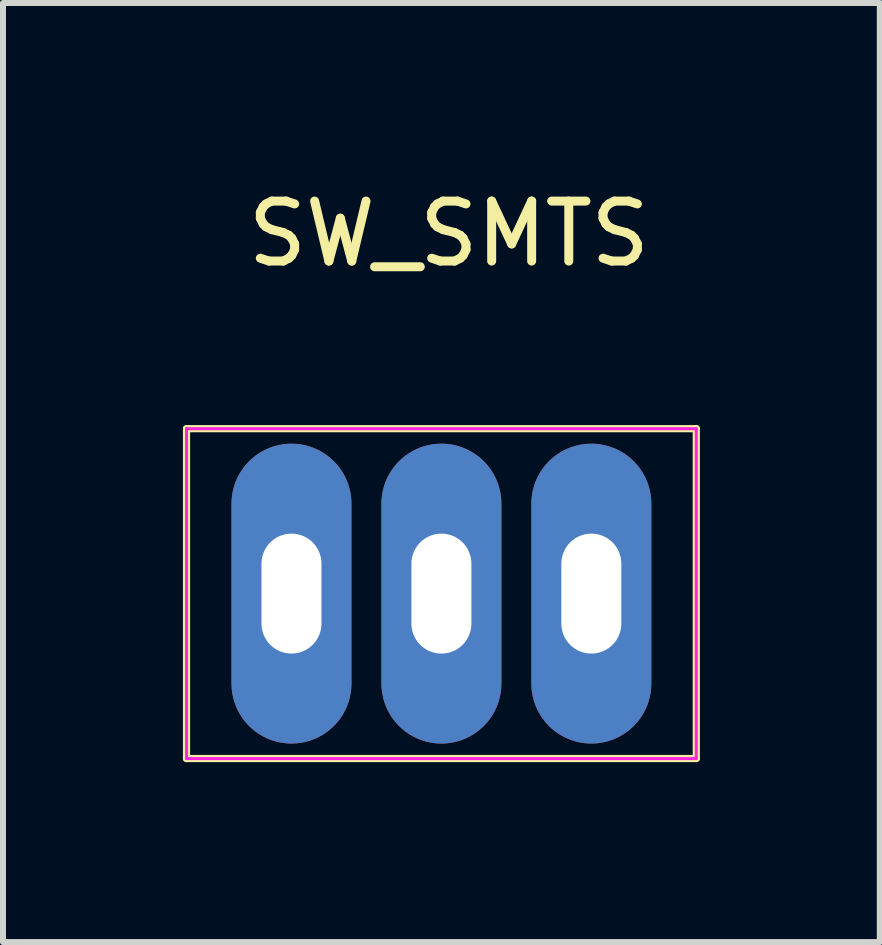
<source format=kicad_pcb>
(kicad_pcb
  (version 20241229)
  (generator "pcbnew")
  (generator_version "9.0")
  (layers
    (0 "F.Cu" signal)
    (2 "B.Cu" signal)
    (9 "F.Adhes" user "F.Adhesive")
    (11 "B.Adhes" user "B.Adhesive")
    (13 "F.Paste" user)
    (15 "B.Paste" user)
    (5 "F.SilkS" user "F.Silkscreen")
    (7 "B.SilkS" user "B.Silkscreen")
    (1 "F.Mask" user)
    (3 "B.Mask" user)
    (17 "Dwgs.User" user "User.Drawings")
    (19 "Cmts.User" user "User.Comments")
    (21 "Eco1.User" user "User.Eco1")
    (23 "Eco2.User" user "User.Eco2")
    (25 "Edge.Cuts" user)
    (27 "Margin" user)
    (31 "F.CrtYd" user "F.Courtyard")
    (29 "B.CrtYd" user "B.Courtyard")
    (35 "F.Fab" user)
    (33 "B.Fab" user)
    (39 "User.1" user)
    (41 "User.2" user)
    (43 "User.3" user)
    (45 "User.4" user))
  (footprint "SW_SMTS"
    (layer "F.Cu")
    (at 4.31 6.848)
    (property "Reference" "SW_SMTS" (at 0.124 -6 0) (layer "F.SilkS") (effects (font (size 1 1) (thickness 0.15))))
    (attr through_hole)
    (fp_line (start -4.25 -2.75) (end 4.25 -2.75) (stroke (width 0.12) (type solid)) (layer "F.SilkS"))
    (fp_line (start -4.25 2.75) (end -4.25 -2.75) (stroke (width 0.12) (type solid)) (layer "F.SilkS"))
    (fp_line (start 4.25 -2.75) (end 4.25 2.75) (stroke (width 0.12) (type solid)) (layer "F.SilkS"))
    (fp_line (start 4.25 2.75) (end -4.25 2.75) (stroke (width 0.12) (type solid)) (layer "F.SilkS"))
    (fp_line (start -2.902 -1.422) (end -2.013 -1.422) (stroke (width 0.12) (type solid)) (layer "Eco2.User"))
    (fp_line (start -2.902 1.372) (end -2.902 -1.422) (stroke (width 0.12) (type solid)) (layer "Eco2.User"))
    (fp_line (start -2.013 -1.422) (end -2.013 1.372) (stroke (width 0.12) (type solid)) (layer "Eco2.User"))
    (fp_line (start -2.013 1.372) (end -2.902 1.372) (stroke (width 0.12) (type solid)) (layer "Eco2.User"))
    (fp_line (start -0.457 -1.422) (end 0.432 -1.422) (stroke (width 0.12) (type solid)) (layer "Eco2.User"))
    (fp_line (start -0.457 1.372) (end -0.457 -1.422) (stroke (width 0.12) (type solid)) (layer "Eco2.User"))
    (fp_line (start 0.432 -1.422) (end 0.432 1.372) (stroke (width 0.12) (type solid)) (layer "Eco2.User"))
    (fp_line (start 0.432 1.372) (end -0.457 1.372) (stroke (width 0.12) (type solid)) (layer "Eco2.User"))
    (fp_line (start 2.013 -1.422) (end 2.877 -1.422) (stroke (width 0.12) (type solid)) (layer "Eco2.User"))
    (fp_line (start 2.013 1.372) (end 2.013 -1.422) (stroke (width 0.12) (type solid)) (layer "Eco2.User"))
    (fp_line (start 2.877 -1.422) (end 2.902 1.372) (stroke (width 0.12) (type solid)) (layer "Eco2.User"))
    (fp_line (start 2.902 1.372) (end 2.013 1.372) (stroke (width 0.12) (type solid)) (layer "Eco2.User"))
    (fp_line (start -4.25 -2.75) (end 4.25 -2.75) (stroke (width 0.05) (type solid)) (layer "F.CrtYd"))
    (fp_line (start -4.25 2.75) (end -4.25 -2.75) (stroke (width 0.05) (type solid)) (layer "F.CrtYd"))
    (fp_line (start 4.25 -2.75) (end 4.25 2.75) (stroke (width 0.05) (type solid)) (layer "F.CrtYd"))
    (fp_line (start 4.25 2.75) (end -4.25 2.75) (stroke (width 0.05) (type solid)) (layer "F.CrtYd"))
    (pad "1" thru_hole oval (at -2.5 0) (size 2 5) (drill oval 1 2) (layers "*.Cu" "*.Mask"))
    (pad "2" thru_hole oval (at 0 0) (size 2 5) (drill oval 1 2) (layers "*.Cu" "*.Mask"))
    (pad "3" thru_hole oval (at 2.5 0) (size 2 5) (drill oval 1 2) (layers "*.Cu" "*.Mask")))
  (gr_rect
    (start -3 -3)
    (end 11.62 12.658)
    (stroke (width 0.1) (type default))
    (fill no)
    (layer "Edge.Cuts")))
</source>
